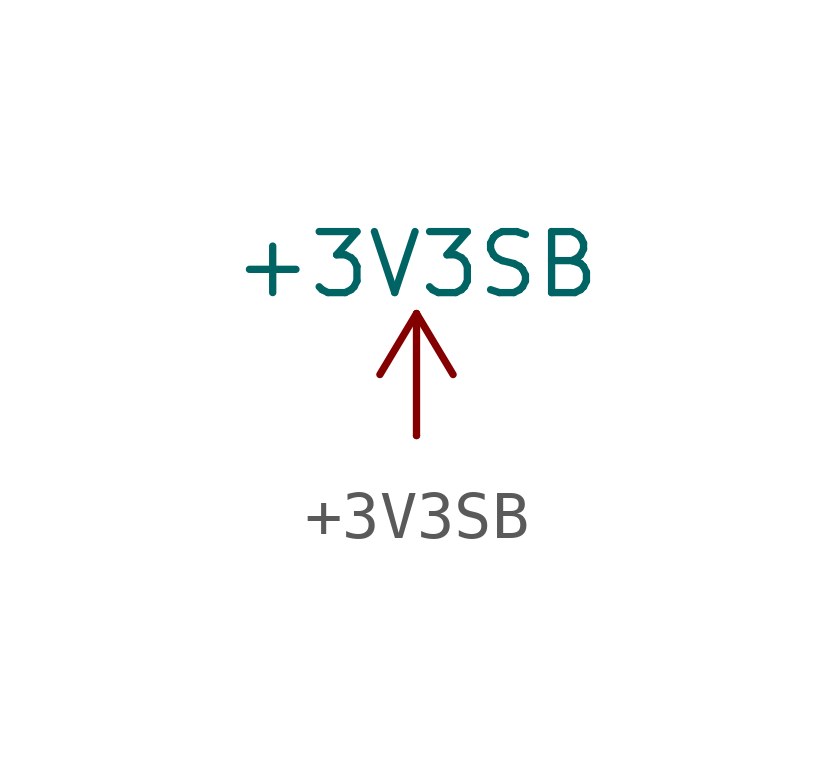
<source format=kicad_sym>
(kicad_symbol_lib
  (version 20231120)
  (generator "kicad_symbol_editor")
  (generator_version "8.0")
  (symbol "+3V3SB"
    (power)
    (pin_numbers hide)
    (pin_names
      (offset 0) hide)
    (property "Reference" "#PWR"
      (at 0 -3.81 0)
      (effects (font (size 1.27 1.27)) (hide yes)))
    (property "Value" "+3V3SB"
      (at 0 3.556 0)
      (effects (font (size 1.27 1.27))))
    (symbol "+3V3SB_0_1"
      (polyline (pts (xy -0.762 1.27) (xy 0 2.54)) (stroke (width 0) (type default)) (fill (type none)))
      (polyline (pts (xy 0 0) (xy 0 2.54)) (stroke (width 0) (type default)) (fill (type none)))
      (polyline (pts (xy 0 2.54) (xy 0.762 1.27)) (stroke (width 0) (type default)) (fill (type none))))
    (symbol "+3V3SB_1_1"
      (pin power_in line (at 0 0 90) (length 0) (name "~" (effects (font (size 1.27 1.27)))) (number "1" (effects (font (size 1.27 1.27))))))))
</source>
